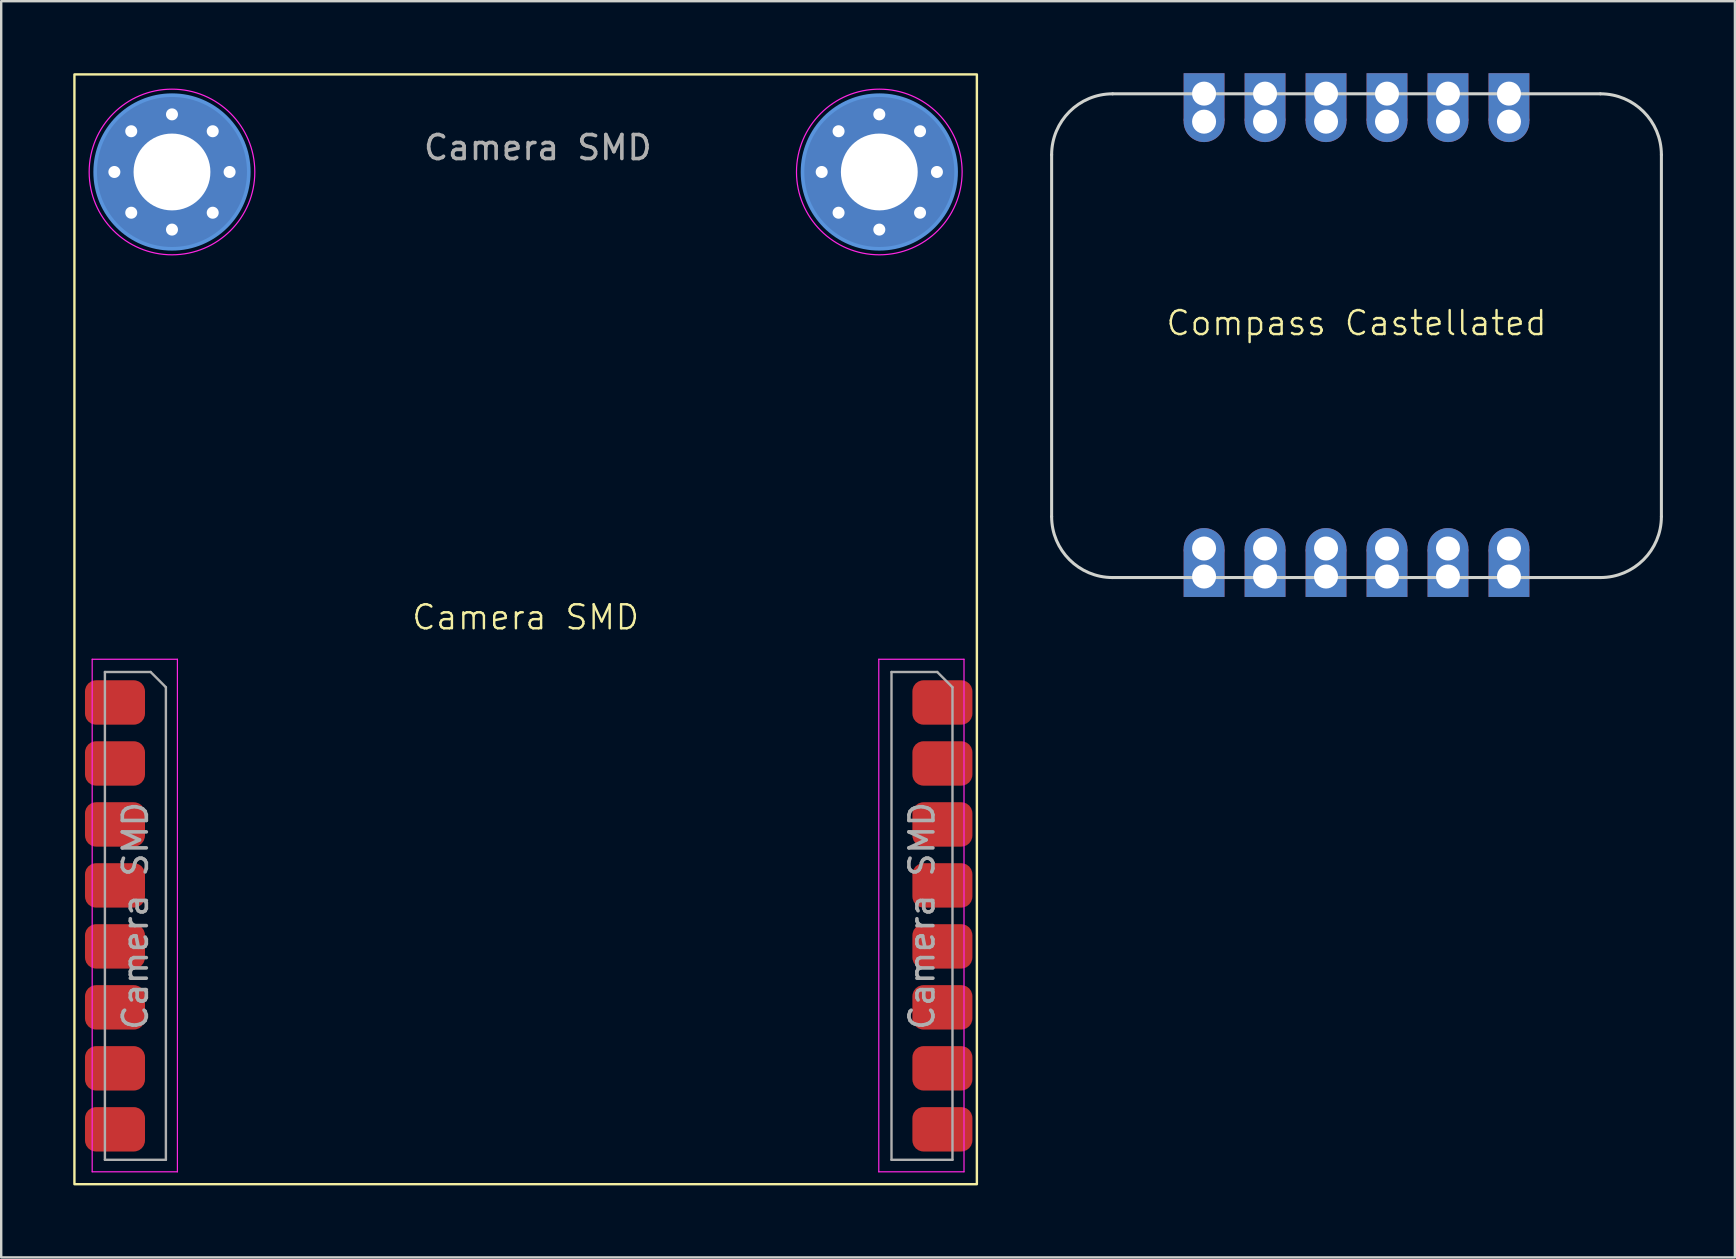
<source format=kicad_pcb>
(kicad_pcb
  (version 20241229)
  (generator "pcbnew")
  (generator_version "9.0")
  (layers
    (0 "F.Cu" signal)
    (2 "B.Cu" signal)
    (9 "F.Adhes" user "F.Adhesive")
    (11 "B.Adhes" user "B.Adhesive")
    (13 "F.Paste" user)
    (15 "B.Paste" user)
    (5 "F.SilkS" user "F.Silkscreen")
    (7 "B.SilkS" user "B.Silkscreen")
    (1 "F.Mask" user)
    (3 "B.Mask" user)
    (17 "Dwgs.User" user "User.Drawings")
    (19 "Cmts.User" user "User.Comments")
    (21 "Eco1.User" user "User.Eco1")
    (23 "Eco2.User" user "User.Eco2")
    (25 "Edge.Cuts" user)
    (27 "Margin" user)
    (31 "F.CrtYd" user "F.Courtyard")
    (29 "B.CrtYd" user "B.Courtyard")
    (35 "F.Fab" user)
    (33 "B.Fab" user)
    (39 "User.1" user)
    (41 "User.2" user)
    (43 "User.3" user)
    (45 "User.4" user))
  (footprint "Compass Castellated"
    (layer "F.Cu")
    (at 53.456 10.908)
    (property "Reference" "Compass Castellated" (at 0 -0.5 0) (unlocked yes) (layer "F.SilkS") (effects (font (size 1 1) (thickness 0.1))))
    (attr through_hole)
    (fp_line (start -12.7 7.56) (end -12.7 -7.51) (stroke (width 0.127) (type default)) (layer "Edge.Cuts"))
    (fp_line (start -10.16 10.1) (end 10.16 10.1) (stroke (width 0.127) (type solid)) (layer "Edge.Cuts"))
    (fp_line (start 10.16 -10.05) (end -10.16 -10.05) (stroke (width 0.127) (type solid)) (layer "Edge.Cuts"))
    (fp_line (start 12.7 -7.51) (end 12.7 7.56) (stroke (width 0.127) (type default)) (layer "Edge.Cuts"))
    (fp_arc (start -12.7 -7.51) (mid -11.956051 -9.306051) (end -10.16 -10.05) (stroke (width 0.127) (type solid)) (layer "Edge.Cuts"))
    (fp_arc (start -10.16 10.1) (mid -11.956051 9.356051) (end -12.7 7.56) (stroke (width 0.127) (type solid)) (layer "Edge.Cuts"))
    (fp_arc (start 10.16 -10.05) (mid 11.956051 -9.306051) (end 12.7 -7.51) (stroke (width 0.127) (type solid)) (layer "Edge.Cuts"))
    (fp_arc (start 12.7 7.56) (mid 11.956051 9.356051) (end 10.16 10.1) (stroke (width 0.127) (type solid)) (layer "Edge.Cuts"))
    (pad "JP1_1" thru_hole circle (at -6.35 8.89 90) (size 1.7 1.7) (drill 1) (layers "*.Cu" "*.Mask"))
    (pad "JP1_1" thru_hole rect (at -6.35 10.058 90) (size 1.982 1.7) (drill 1 (offset 0.141 0)) (property pad_prop_castellated) (layers "*.Cu" "*.Mask"))
    (pad "JP1_2" thru_hole circle (at -3.81 8.89 90) (size 1.7 1.7) (drill 1) (layers "*.Cu" "*.Mask"))
    (pad "JP1_2" thru_hole rect (at -3.81 10.058 90) (size 1.982 1.7) (drill 1 (offset 0.141 0)) (property pad_prop_castellated) (layers "*.Cu" "*.Mask"))
    (pad "JP1_3" thru_hole circle (at -1.27 8.89 90) (size 1.7 1.7) (drill 1) (layers "*.Cu" "*.Mask"))
    (pad "JP1_3" thru_hole rect (at -1.27 10.058 90) (size 1.982 1.7) (drill 1 (offset 0.141 0)) (property pad_prop_castellated) (layers "*.Cu" "*.Mask"))
    (pad "JP1_4" thru_hole circle (at 1.27 8.89 90) (size 1.7 1.7) (drill 1) (layers "*.Cu" "*.Mask"))
    (pad "JP1_4" thru_hole rect (at 1.27 10.058 90) (size 1.982 1.7) (drill 1 (offset 0.141 0)) (property pad_prop_castellated) (layers "*.Cu" "*.Mask"))
    (pad "JP1_5" thru_hole circle (at 3.81 8.89 90) (size 1.7 1.7) (drill 1) (layers "*.Cu" "*.Mask"))
    (pad "JP1_5" thru_hole rect (at 3.81 10.058 90) (size 1.982 1.7) (drill 1 (offset 0.141 0)) (property pad_prop_castellated) (layers "*.Cu" "*.Mask"))
    (pad "JP1_6" thru_hole circle (at 6.35 8.89 90) (size 1.7 1.7) (drill 1) (layers "*.Cu" "*.Mask"))
    (pad "JP1_6" thru_hole rect (at 6.35 10.058 90) (size 1.982 1.7) (drill 1 (offset 0.141 0)) (property pad_prop_castellated) (layers "*.Cu" "*.Mask"))
    (pad "JP2_1" thru_hole rect (at -6.35 -10.058 270) (size 1.982 1.7) (drill 1 (offset 0.141 0)) (property pad_prop_castellated) (layers "*.Cu" "*.Mask"))
    (pad "JP2_1" thru_hole circle (at -6.35 -8.89 270) (size 1.7 1.7) (drill 1) (layers "*.Cu" "*.Mask"))
    (pad "JP2_2" thru_hole rect (at -3.81 -10.058 270) (size 1.982 1.7) (drill 1 (offset 0.141 0)) (property pad_prop_castellated) (layers "*.Cu" "*.Mask"))
    (pad "JP2_2" thru_hole circle (at -3.81 -8.89 270) (size 1.7 1.7) (drill 1) (layers "*.Cu" "*.Mask"))
    (pad "JP2_3" thru_hole rect (at -1.27 -10.058 270) (size 1.982 1.7) (drill 1 (offset 0.141 0)) (property pad_prop_castellated) (layers "*.Cu" "*.Mask"))
    (pad "JP2_3" thru_hole circle (at -1.27 -8.89 270) (size 1.7 1.7) (drill 1) (layers "*.Cu" "*.Mask"))
    (pad "JP2_4" thru_hole rect (at 1.27 -10.058 270) (size 1.982 1.7) (drill 1 (offset 0.141 0)) (property pad_prop_castellated) (layers "*.Cu" "*.Mask"))
    (pad "JP2_4" thru_hole circle (at 1.27 -8.89 270) (size 1.7 1.7) (drill 1) (layers "*.Cu" "*.Mask"))
    (pad "JP2_5" thru_hole rect (at 3.81 -10.058 270) (size 1.982 1.7) (drill 1 (offset 0.141 0)) (property pad_prop_castellated) (layers "*.Cu" "*.Mask"))
    (pad "JP2_5" thru_hole circle (at 3.81 -8.89 270) (size 1.7 1.7) (drill 1) (layers "*.Cu" "*.Mask"))
    (pad "JP2_6" thru_hole rect (at 6.35 -10.058 270) (size 1.982 1.7) (drill 1 (offset 0.141 0)) (property pad_prop_castellated) (layers "*.Cu" "*.Mask"))
    (pad "JP2_6" thru_hole circle (at 6.35 -8.89 270) (size 1.7 1.7) (drill 1) (layers "*.Cu" "*.Mask")))
  (footprint "Camera SMD"
    (layer "F.Cu")
    (at 18.846 23.164)
    (property "Reference" "Camera SMD" (at 0 -0.5 0) (unlocked yes) (layer "F.SilkS") (effects (font (size 1 1) (thickness 0.1))))
    (attr smd)
    (fp_rect (start -18.796 23.114) (end 18.796 -23.114) (stroke (width 0.1) (type default)) (fill no) (layer "F.SilkS"))
    (fp_circle (center -14.732 -19.05) (end -11.532 -19.05) (stroke (width 0.15) (type solid)) (fill no) (layer "Cmts.User"))
    (fp_circle (center 14.732 -19.05) (end 17.932 -19.05) (stroke (width 0.15) (type solid)) (fill no) (layer "Cmts.User"))
    (fp_line (start -18.056 1.248) (end -14.506 1.248) (stroke (width 0.05) (type solid)) (layer "F.CrtYd"))
    (fp_line (start -18.056 22.598) (end -18.056 1.248) (stroke (width 0.05) (type solid)) (layer "F.CrtYd"))
    (fp_line (start -14.506 1.248) (end -14.506 22.598) (stroke (width 0.05) (type solid)) (layer "F.CrtYd"))
    (fp_line (start -14.506 22.598) (end -18.056 22.598) (stroke (width 0.05) (type solid)) (layer "F.CrtYd"))
    (fp_line (start 14.71 1.248) (end 18.26 1.248) (stroke (width 0.05) (type solid)) (layer "F.CrtYd"))
    (fp_line (start 14.71 22.598) (end 14.71 1.248) (stroke (width 0.05) (type solid)) (layer "F.CrtYd"))
    (fp_line (start 18.26 1.248) (end 18.26 22.598) (stroke (width 0.05) (type solid)) (layer "F.CrtYd"))
    (fp_line (start 18.26 22.598) (end 14.71 22.598) (stroke (width 0.05) (type solid)) (layer "F.CrtYd"))
    (fp_circle (center -14.732 -19.05) (end -11.282 -19.05) (stroke (width 0.05) (type solid)) (fill no) (layer "F.CrtYd"))
    (fp_circle (center 14.732 -19.05) (end 18.182 -19.05) (stroke (width 0.05) (type solid)) (fill no) (layer "F.CrtYd"))
    (fp_line (start -17.526 1.778) (end -15.621 1.778) (stroke (width 0.1) (type solid)) (layer "F.Fab"))
    (fp_line (start -17.526 22.098) (end -17.526 1.778) (stroke (width 0.1) (type solid)) (layer "F.Fab"))
    (fp_line (start -15.621 1.778) (end -14.986 2.413) (stroke (width 0.1) (type solid)) (layer "F.Fab"))
    (fp_line (start -14.986 2.413) (end -14.986 22.098) (stroke (width 0.1) (type solid)) (layer "F.Fab"))
    (fp_line (start -14.986 22.098) (end -17.526 22.098) (stroke (width 0.1) (type solid)) (layer "F.Fab"))
    (fp_line (start 15.24 1.778) (end 17.145 1.778) (stroke (width 0.1) (type solid)) (layer "F.Fab"))
    (fp_line (start 15.24 22.098) (end 15.24 1.778) (stroke (width 0.1) (type solid)) (layer "F.Fab"))
    (fp_line (start 17.145 1.778) (end 17.78 2.413) (stroke (width 0.1) (type solid)) (layer "F.Fab"))
    (fp_line (start 17.78 2.413) (end 17.78 22.098) (stroke (width 0.1) (type solid)) (layer "F.Fab"))
    (fp_line (start 17.78 22.098) (end 15.24 22.098) (stroke (width 0.1) (type solid)) (layer "F.Fab"))
    (fp_text user "${REFERENCE}" (at -16.256 11.938 90) (layer "F.Fab") (effects (font (size 1 1) (thickness 0.15))))
    (fp_text user "${REFERENCE}" (at 0.508 -20.066 0) (unlocked yes) (layer "F.Fab") (effects (font (size 1 1) (thickness 0.15))))
    (fp_text user "${REFERENCE}" (at 16.51 11.938 90) (layer "F.Fab") (effects (font (size 1 1) (thickness 0.15))))
    (pad "0" thru_hole circle (at -17.132 -19.05) (size 0.8 0.8) (drill 0.5) (layers "*.Cu" "*.Mask"))
    (pad "0" thru_hole circle (at -16.429 -20.747) (size 0.8 0.8) (drill 0.5) (layers "*.Cu" "*.Mask"))
    (pad "0" thru_hole circle (at -16.429 -17.353) (size 0.8 0.8) (drill 0.5) (layers "*.Cu" "*.Mask"))
    (pad "0" thru_hole circle (at -14.732 -21.45) (size 0.8 0.8) (drill 0.5) (layers "*.Cu" "*.Mask"))
    (pad "0" thru_hole circle (at -14.732 -19.05) (size 6.4 6.4) (drill 3.2) (layers "*.Cu" "*.Mask"))
    (pad "0" thru_hole circle (at -14.732 -16.65) (size 0.8 0.8) (drill 0.5) (layers "*.Cu" "*.Mask"))
    (pad "0" thru_hole circle (at -13.035 -20.747) (size 0.8 0.8) (drill 0.5) (layers "*.Cu" "*.Mask"))
    (pad "0" thru_hole circle (at -13.035 -17.353) (size 0.8 0.8) (drill 0.5) (layers "*.Cu" "*.Mask"))
    (pad "0" thru_hole circle (at -12.332 -19.05) (size 0.8 0.8) (drill 0.5) (layers "*.Cu" "*.Mask"))
    (pad "0" thru_hole circle (at 12.332 -19.05) (size 0.8 0.8) (drill 0.5) (layers "*.Cu" "*.Mask"))
    (pad "0" thru_hole circle (at 13.035 -20.747) (size 0.8 0.8) (drill 0.5) (layers "*.Cu" "*.Mask"))
    (pad "0" thru_hole circle (at 13.035 -17.353) (size 0.8 0.8) (drill 0.5) (layers "*.Cu" "*.Mask"))
    (pad "0" thru_hole circle (at 14.732 -21.45) (size 0.8 0.8) (drill 0.5) (layers "*.Cu" "*.Mask"))
    (pad "0" thru_hole circle (at 14.732 -19.05) (size 6.4 6.4) (drill 3.2) (layers "*.Cu" "*.Mask"))
    (pad "0" thru_hole circle (at 14.732 -16.65) (size 0.8 0.8) (drill 0.5) (layers "*.Cu" "*.Mask"))
    (pad "0" thru_hole circle (at 16.429 -20.747) (size 0.8 0.8) (drill 0.5) (layers "*.Cu" "*.Mask"))
    (pad "0" thru_hole circle (at 16.429 -17.353) (size 0.8 0.8) (drill 0.5) (layers "*.Cu" "*.Mask"))
    (pad "0" thru_hole circle (at 17.132 -19.05) (size 0.8 0.8) (drill 0.5) (layers "*.Cu" "*.Mask"))
    (pad "1" smd roundrect (at -17.106 3.048) (size 2.5 1.85) (layers "F.Cu" "F.Mask" "F.Paste") (roundrect_rratio 0.25))
    (pad "2" smd roundrect (at -17.106 5.588) (size 2.5 1.85) (layers "F.Cu" "F.Mask" "F.Paste") (roundrect_rratio 0.25))
    (pad "3" smd roundrect (at -17.106 8.128) (size 2.5 1.85) (layers "F.Cu" "F.Mask" "F.Paste") (roundrect_rratio 0.25))
    (pad "4" smd roundrect (at -17.106 10.668) (size 2.5 1.85) (layers "F.Cu" "F.Mask" "F.Paste") (roundrect_rratio 0.25))
    (pad "5" smd roundrect (at -17.106 13.208) (size 2.5 1.85) (layers "F.Cu" "F.Mask" "F.Paste") (roundrect_rratio 0.25))
    (pad "6" smd roundrect (at -17.106 15.748) (size 2.5 1.85) (layers "F.Cu" "F.Mask" "F.Paste") (roundrect_rratio 0.25))
    (pad "7" smd roundrect (at -17.106 18.288) (size 2.5 1.85) (layers "F.Cu" "F.Mask" "F.Paste") (roundrect_rratio 0.25))
    (pad "8" smd roundrect (at -17.106 20.828) (size 2.5 1.85) (layers "F.Cu" "F.Mask" "F.Paste") (roundrect_rratio 0.25))
    (pad "9" smd roundrect (at 17.36 20.828 180) (size 2.5 1.85) (layers "F.Cu" "F.Mask" "F.Paste") (roundrect_rratio 0.25))
    (pad "10" smd roundrect (at 17.36 18.288 180) (size 2.5 1.85) (layers "F.Cu" "F.Mask" "F.Paste") (roundrect_rratio 0.25))
    (pad "11" smd roundrect (at 17.36 15.748 180) (size 2.5 1.85) (layers "F.Cu" "F.Mask" "F.Paste") (roundrect_rratio 0.25))
    (pad "12" smd roundrect (at 17.36 13.208 180) (size 2.5 1.85) (layers "F.Cu" "F.Mask" "F.Paste") (roundrect_rratio 0.25))
    (pad "13" smd roundrect (at 17.36 10.668 180) (size 2.5 1.85) (layers "F.Cu" "F.Mask" "F.Paste") (roundrect_rratio 0.25))
    (pad "14" smd roundrect (at 17.36 8.128 180) (size 2.5 1.85) (layers "F.Cu" "F.Mask" "F.Paste") (roundrect_rratio 0.25))
    (pad "15" smd roundrect (at 17.36 5.588 180) (size 2.5 1.85) (layers "F.Cu" "F.Mask" "F.Paste") (roundrect_rratio 0.25))
    (pad "16" smd roundrect (at 17.36 3.048 180) (size 2.5 1.85) (layers "F.Cu" "F.Mask" "F.Paste") (roundrect_rratio 0.25)))
  (gr_rect
    (start -3 -3)
    (end 69.219 49.328)
    (stroke (width 0.1) (type default))
    (fill no)
    (layer "Edge.Cuts")))
</source>
